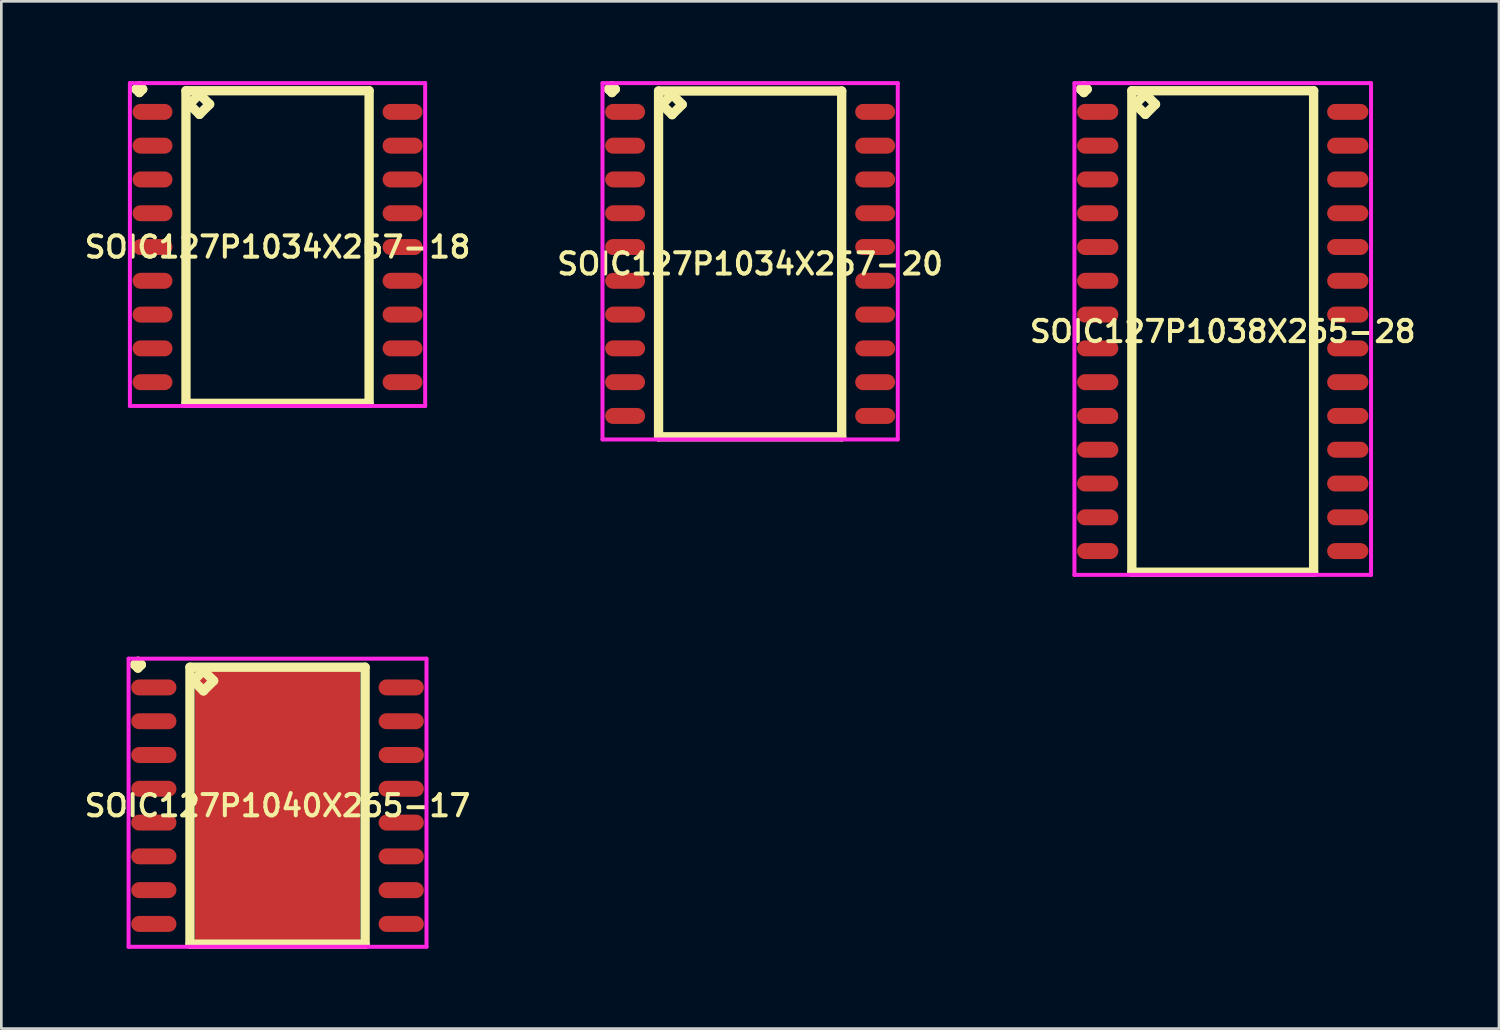
<source format=kicad_pcb>
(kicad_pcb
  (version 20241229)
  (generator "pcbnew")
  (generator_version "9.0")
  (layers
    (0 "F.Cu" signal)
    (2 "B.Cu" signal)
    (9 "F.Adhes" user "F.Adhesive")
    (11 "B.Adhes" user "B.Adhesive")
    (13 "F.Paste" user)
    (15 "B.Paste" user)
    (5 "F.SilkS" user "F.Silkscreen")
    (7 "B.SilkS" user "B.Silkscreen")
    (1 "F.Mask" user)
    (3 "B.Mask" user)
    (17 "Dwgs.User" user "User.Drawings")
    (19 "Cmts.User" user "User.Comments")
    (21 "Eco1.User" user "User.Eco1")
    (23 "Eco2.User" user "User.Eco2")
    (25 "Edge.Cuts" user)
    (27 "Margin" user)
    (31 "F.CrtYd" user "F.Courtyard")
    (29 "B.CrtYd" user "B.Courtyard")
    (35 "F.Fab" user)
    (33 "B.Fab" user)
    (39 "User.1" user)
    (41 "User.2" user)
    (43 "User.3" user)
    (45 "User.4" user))
  (footprint "SOIC127P1038X265-28"
    (layer "F.Cu")
    (at 42.915 9.411)
    (property "Reference" "SOIC127P1038X265-28" (at 0 0 0) (layer "F.SilkS") (effects (font (size 0.8 0.8) (thickness 0.15))))
    (attr smd)
    (fp_line (start -5.348 -9.109) (end -5.221 -9.236) (stroke (width 0.35) (type solid)) (layer "F.SilkS"))
    (fp_line (start -5.221 -9.236) (end -5.094 -9.109) (stroke (width 0.35) (type solid)) (layer "F.SilkS"))
    (fp_line (start -5.221 -8.982) (end -5.348 -9.109) (stroke (width 0.35) (type solid)) (layer "F.SilkS"))
    (fp_line (start -5.094 -9.109) (end -5.221 -8.982) (stroke (width 0.35) (type solid)) (layer "F.SilkS"))
    (fp_line (start -3.417 -9.05) (end -3.417 9.05) (stroke (width 0.35) (type solid)) (layer "F.SilkS"))
    (fp_line (start -3.417 9.05) (end 3.417 9.05) (stroke (width 0.35) (type solid)) (layer "F.SilkS"))
    (fp_line (start -3.29 -8.542) (end -2.909 -8.923) (stroke (width 0.35) (type solid)) (layer "F.SilkS"))
    (fp_line (start -2.909 -8.923) (end -2.528 -8.542) (stroke (width 0.35) (type solid)) (layer "F.SilkS"))
    (fp_line (start -2.909 -8.161) (end -3.29 -8.542) (stroke (width 0.35) (type solid)) (layer "F.SilkS"))
    (fp_line (start -2.528 -8.542) (end -2.909 -8.161) (stroke (width 0.35) (type solid)) (layer "F.SilkS"))
    (fp_line (start 3.417 -9.05) (end -3.417 -9.05) (stroke (width 0.35) (type solid)) (layer "F.SilkS"))
    (fp_line (start 3.417 9.05) (end 3.417 -9.05) (stroke (width 0.35) (type solid)) (layer "F.SilkS"))
    (fp_line (start -5.575 -9.336) (end 5.575 -9.336) (stroke (width 0.15) (type solid)) (layer "F.CrtYd"))
    (fp_line (start -5.575 9.15) (end -5.575 -9.336) (stroke (width 0.15) (type solid)) (layer "F.CrtYd"))
    (fp_line (start 5.575 -9.336) (end 5.575 9.15) (stroke (width 0.15) (type solid)) (layer "F.CrtYd"))
    (fp_line (start 5.575 9.15) (end -5.575 9.15) (stroke (width 0.15) (type solid)) (layer "F.CrtYd"))
    (pad "1" smd oval (at -4.7 -8.255) (size 1.55 0.6) (layers "F.Cu" "F.Mask" "F.Paste"))
    (pad "2" smd oval (at -4.7 -6.985) (size 1.55 0.6) (layers "F.Cu" "F.Mask" "F.Paste"))
    (pad "3" smd oval (at -4.7 -5.715) (size 1.55 0.6) (layers "F.Cu" "F.Mask" "F.Paste"))
    (pad "4" smd oval (at -4.7 -4.445) (size 1.55 0.6) (layers "F.Cu" "F.Mask" "F.Paste"))
    (pad "5" smd oval (at -4.7 -3.175) (size 1.55 0.6) (layers "F.Cu" "F.Mask" "F.Paste"))
    (pad "6" smd oval (at -4.7 -1.905) (size 1.55 0.6) (layers "F.Cu" "F.Mask" "F.Paste"))
    (pad "7" smd oval (at -4.7 -0.635) (size 1.55 0.6) (layers "F.Cu" "F.Mask" "F.Paste"))
    (pad "8" smd oval (at -4.7 0.635) (size 1.55 0.6) (layers "F.Cu" "F.Mask" "F.Paste"))
    (pad "9" smd oval (at -4.7 1.905) (size 1.55 0.6) (layers "F.Cu" "F.Mask" "F.Paste"))
    (pad "10" smd oval (at -4.7 3.175) (size 1.55 0.6) (layers "F.Cu" "F.Mask" "F.Paste"))
    (pad "11" smd oval (at -4.7 4.445) (size 1.55 0.6) (layers "F.Cu" "F.Mask" "F.Paste"))
    (pad "12" smd oval (at -4.7 5.715) (size 1.55 0.6) (layers "F.Cu" "F.Mask" "F.Paste"))
    (pad "13" smd oval (at -4.7 6.985) (size 1.55 0.6) (layers "F.Cu" "F.Mask" "F.Paste"))
    (pad "14" smd oval (at -4.7 8.255) (size 1.55 0.6) (layers "F.Cu" "F.Mask" "F.Paste"))
    (pad "15" smd oval (at 4.7 8.255) (size 1.55 0.6) (layers "F.Cu" "F.Mask" "F.Paste"))
    (pad "16" smd oval (at 4.7 6.985) (size 1.55 0.6) (layers "F.Cu" "F.Mask" "F.Paste"))
    (pad "17" smd oval (at 4.7 5.715) (size 1.55 0.6) (layers "F.Cu" "F.Mask" "F.Paste"))
    (pad "18" smd oval (at 4.7 4.445) (size 1.55 0.6) (layers "F.Cu" "F.Mask" "F.Paste"))
    (pad "19" smd oval (at 4.7 3.175) (size 1.55 0.6) (layers "F.Cu" "F.Mask" "F.Paste"))
    (pad "20" smd oval (at 4.7 1.905) (size 1.55 0.6) (layers "F.Cu" "F.Mask" "F.Paste"))
    (pad "21" smd oval (at 4.7 0.635) (size 1.55 0.6) (layers "F.Cu" "F.Mask" "F.Paste"))
    (pad "22" smd oval (at 4.7 -0.635) (size 1.55 0.6) (layers "F.Cu" "F.Mask" "F.Paste"))
    (pad "23" smd oval (at 4.7 -1.905) (size 1.55 0.6) (layers "F.Cu" "F.Mask" "F.Paste"))
    (pad "24" smd oval (at 4.7 -3.175) (size 1.55 0.6) (layers "F.Cu" "F.Mask" "F.Paste"))
    (pad "25" smd oval (at 4.7 -4.445) (size 1.55 0.6) (layers "F.Cu" "F.Mask" "F.Paste"))
    (pad "26" smd oval (at 4.7 -5.715) (size 1.55 0.6) (layers "F.Cu" "F.Mask" "F.Paste"))
    (pad "27" smd oval (at 4.7 -6.985) (size 1.55 0.6) (layers "F.Cu" "F.Mask" "F.Paste"))
    (pad "28" smd oval (at 4.7 -8.255) (size 1.55 0.6) (layers "F.Cu" "F.Mask" "F.Paste")))
  (footprint "SOIC127P1040X265-17"
    (layer "F.Cu")
    (at 7.383 27.237)
    (property "Reference" "SOIC127P1040X265-17" (at 0 0 0) (layer "F.SilkS") (effects (font (size 0.8 0.8) (thickness 0.15))))
    (attr smd)
    (fp_line (start -5.373 -5.299) (end -5.246 -5.426) (stroke (width 0.35) (type solid)) (layer "F.SilkS"))
    (fp_line (start -5.246 -5.426) (end -5.119 -5.299) (stroke (width 0.35) (type solid)) (layer "F.SilkS"))
    (fp_line (start -5.246 -5.172) (end -5.373 -5.299) (stroke (width 0.35) (type solid)) (layer "F.SilkS"))
    (fp_line (start -5.119 -5.299) (end -5.246 -5.172) (stroke (width 0.35) (type solid)) (layer "F.SilkS"))
    (fp_line (start -3.292 -5.205) (end -3.292 5.205) (stroke (width 0.35) (type solid)) (layer "F.SilkS"))
    (fp_line (start -3.292 5.205) (end 3.292 5.205) (stroke (width 0.35) (type solid)) (layer "F.SilkS"))
    (fp_line (start -3.165 -4.697) (end -2.784 -5.078) (stroke (width 0.35) (type solid)) (layer "F.SilkS"))
    (fp_line (start -2.784 -5.078) (end -2.403 -4.697) (stroke (width 0.35) (type solid)) (layer "F.SilkS"))
    (fp_line (start -2.784 -4.316) (end -3.165 -4.697) (stroke (width 0.35) (type solid)) (layer "F.SilkS"))
    (fp_line (start -2.403 -4.697) (end -2.784 -4.316) (stroke (width 0.35) (type solid)) (layer "F.SilkS"))
    (fp_line (start 3.292 -5.205) (end -3.292 -5.205) (stroke (width 0.35) (type solid)) (layer "F.SilkS"))
    (fp_line (start 3.292 5.205) (end 3.292 -5.205) (stroke (width 0.35) (type solid)) (layer "F.SilkS"))
    (fp_line (start -5.6 -5.526) (end 5.6 -5.526) (stroke (width 0.15) (type solid)) (layer "F.CrtYd"))
    (fp_line (start -5.6 5.305) (end -5.6 -5.526) (stroke (width 0.15) (type solid)) (layer "F.CrtYd"))
    (fp_line (start 5.6 -5.526) (end 5.6 5.305) (stroke (width 0.15) (type solid)) (layer "F.CrtYd"))
    (fp_line (start 5.6 5.305) (end -5.6 5.305) (stroke (width 0.15) (type solid)) (layer "F.CrtYd"))
    (pad "1" smd oval (at -4.65 -4.445) (size 1.7 0.6) (layers "F.Cu" "F.Mask" "F.Paste"))
    (pad "2" smd oval (at -4.65 -3.175) (size 1.7 0.6) (layers "F.Cu" "F.Mask" "F.Paste"))
    (pad "3" smd oval (at -4.65 -1.905) (size 1.7 0.6) (layers "F.Cu" "F.Mask" "F.Paste"))
    (pad "4" smd oval (at -4.65 -0.635) (size 1.7 0.6) (layers "F.Cu" "F.Mask" "F.Paste"))
    (pad "5" smd oval (at -4.65 0.635) (size 1.7 0.6) (layers "F.Cu" "F.Mask" "F.Paste"))
    (pad "6" smd oval (at -4.65 1.905) (size 1.7 0.6) (layers "F.Cu" "F.Mask" "F.Paste"))
    (pad "7" smd oval (at -4.65 3.175) (size 1.7 0.6) (layers "F.Cu" "F.Mask" "F.Paste"))
    (pad "8" smd oval (at -4.65 4.445) (size 1.7 0.6) (layers "F.Cu" "F.Mask" "F.Paste"))
    (pad "9" smd oval (at 4.65 4.445) (size 1.7 0.6) (layers "F.Cu" "F.Mask" "F.Paste"))
    (pad "10" smd oval (at 4.65 3.175) (size 1.7 0.6) (layers "F.Cu" "F.Mask" "F.Paste"))
    (pad "11" smd oval (at 4.65 1.905) (size 1.7 0.6) (layers "F.Cu" "F.Mask" "F.Paste"))
    (pad "12" smd oval (at 4.65 0.635) (size 1.7 0.6) (layers "F.Cu" "F.Mask" "F.Paste"))
    (pad "13" smd oval (at 4.65 -0.635) (size 1.7 0.6) (layers "F.Cu" "F.Mask" "F.Paste"))
    (pad "14" smd oval (at 4.65 -1.905) (size 1.7 0.6) (layers "F.Cu" "F.Mask" "F.Paste"))
    (pad "15" smd oval (at 4.65 -3.175) (size 1.7 0.6) (layers "F.Cu" "F.Mask" "F.Paste"))
    (pad "16" smd oval (at 4.65 -4.445) (size 1.7 0.6) (layers "F.Cu" "F.Mask" "F.Paste"))
    (pad "17" smd rect (at 0 0) (size 6.2 10.4) (layers "F.Cu" "F.Mask" "F.Paste")))
  (footprint "SOIC127P1034X267-18"
    (layer "F.Cu")
    (at 7.383 6.236)
    (property "Reference" "SOIC127P1034X267-18" (at 0 0 0) (layer "F.SilkS") (effects (font (size 0.8 0.8) (thickness 0.15))))
    (attr smd)
    (fp_line (start -5.323 -5.934) (end -5.196 -6.061) (stroke (width 0.35) (type solid)) (layer "F.SilkS"))
    (fp_line (start -5.196 -6.061) (end -5.069 -5.934) (stroke (width 0.35) (type solid)) (layer "F.SilkS"))
    (fp_line (start -5.196 -5.807) (end -5.323 -5.934) (stroke (width 0.35) (type solid)) (layer "F.SilkS"))
    (fp_line (start -5.069 -5.934) (end -5.196 -5.807) (stroke (width 0.35) (type solid)) (layer "F.SilkS"))
    (fp_line (start -3.442 -5.875) (end -3.442 5.875) (stroke (width 0.35) (type solid)) (layer "F.SilkS"))
    (fp_line (start -3.442 5.875) (end 3.442 5.875) (stroke (width 0.35) (type solid)) (layer "F.SilkS"))
    (fp_line (start -3.315 -5.367) (end -2.934 -5.748) (stroke (width 0.35) (type solid)) (layer "F.SilkS"))
    (fp_line (start -2.934 -5.748) (end -2.553 -5.367) (stroke (width 0.35) (type solid)) (layer "F.SilkS"))
    (fp_line (start -2.934 -4.986) (end -3.315 -5.367) (stroke (width 0.35) (type solid)) (layer "F.SilkS"))
    (fp_line (start -2.553 -5.367) (end -2.934 -4.986) (stroke (width 0.35) (type solid)) (layer "F.SilkS"))
    (fp_line (start 3.442 -5.875) (end -3.442 -5.875) (stroke (width 0.35) (type solid)) (layer "F.SilkS"))
    (fp_line (start 3.442 5.875) (end 3.442 -5.875) (stroke (width 0.35) (type solid)) (layer "F.SilkS"))
    (fp_line (start -5.55 -6.161) (end 5.55 -6.161) (stroke (width 0.15) (type solid)) (layer "F.CrtYd"))
    (fp_line (start -5.55 5.975) (end -5.55 -6.161) (stroke (width 0.15) (type solid)) (layer "F.CrtYd"))
    (fp_line (start 5.55 -6.161) (end 5.55 5.975) (stroke (width 0.15) (type solid)) (layer "F.CrtYd"))
    (fp_line (start 5.55 5.975) (end -5.55 5.975) (stroke (width 0.15) (type solid)) (layer "F.CrtYd"))
    (pad "1" smd oval (at -4.7 -5.08) (size 1.5 0.6) (layers "F.Cu" "F.Mask" "F.Paste"))
    (pad "2" smd oval (at -4.7 -3.81) (size 1.5 0.6) (layers "F.Cu" "F.Mask" "F.Paste"))
    (pad "3" smd oval (at -4.7 -2.54) (size 1.5 0.6) (layers "F.Cu" "F.Mask" "F.Paste"))
    (pad "4" smd oval (at -4.7 -1.27) (size 1.5 0.6) (layers "F.Cu" "F.Mask" "F.Paste"))
    (pad "5" smd oval (at -4.7 0) (size 1.5 0.6) (layers "F.Cu" "F.Mask" "F.Paste"))
    (pad "6" smd oval (at -4.7 1.27) (size 1.5 0.6) (layers "F.Cu" "F.Mask" "F.Paste"))
    (pad "7" smd oval (at -4.7 2.54) (size 1.5 0.6) (layers "F.Cu" "F.Mask" "F.Paste"))
    (pad "8" smd oval (at -4.7 3.81) (size 1.5 0.6) (layers "F.Cu" "F.Mask" "F.Paste"))
    (pad "9" smd oval (at -4.7 5.08) (size 1.5 0.6) (layers "F.Cu" "F.Mask" "F.Paste"))
    (pad "10" smd oval (at 4.7 5.08) (size 1.5 0.6) (layers "F.Cu" "F.Mask" "F.Paste"))
    (pad "11" smd oval (at 4.7 3.81) (size 1.5 0.6) (layers "F.Cu" "F.Mask" "F.Paste"))
    (pad "12" smd oval (at 4.7 2.54) (size 1.5 0.6) (layers "F.Cu" "F.Mask" "F.Paste"))
    (pad "13" smd oval (at 4.7 1.27) (size 1.5 0.6) (layers "F.Cu" "F.Mask" "F.Paste"))
    (pad "14" smd oval (at 4.7 0) (size 1.5 0.6) (layers "F.Cu" "F.Mask" "F.Paste"))
    (pad "15" smd oval (at 4.7 -1.27) (size 1.5 0.6) (layers "F.Cu" "F.Mask" "F.Paste"))
    (pad "16" smd oval (at 4.7 -2.54) (size 1.5 0.6) (layers "F.Cu" "F.Mask" "F.Paste"))
    (pad "17" smd oval (at 4.7 -3.81) (size 1.5 0.6) (layers "F.Cu" "F.Mask" "F.Paste"))
    (pad "18" smd oval (at 4.7 -5.08) (size 1.5 0.6) (layers "F.Cu" "F.Mask" "F.Paste")))
  (footprint "SOIC127P1034X267-20"
    (layer "F.Cu")
    (at 25.149 6.871)
    (property "Reference" "SOIC127P1034X267-20" (at 0 0 0) (layer "F.SilkS") (effects (font (size 0.8 0.8) (thickness 0.15))))
    (attr smd)
    (fp_line (start -5.323 -6.569) (end -5.196 -6.696) (stroke (width 0.35) (type solid)) (layer "F.SilkS"))
    (fp_line (start -5.196 -6.696) (end -5.069 -6.569) (stroke (width 0.35) (type solid)) (layer "F.SilkS"))
    (fp_line (start -5.196 -6.442) (end -5.323 -6.569) (stroke (width 0.35) (type solid)) (layer "F.SilkS"))
    (fp_line (start -5.069 -6.569) (end -5.196 -6.442) (stroke (width 0.35) (type solid)) (layer "F.SilkS"))
    (fp_line (start -3.442 -6.5) (end -3.442 6.5) (stroke (width 0.35) (type solid)) (layer "F.SilkS"))
    (fp_line (start -3.442 6.5) (end 3.442 6.5) (stroke (width 0.35) (type solid)) (layer "F.SilkS"))
    (fp_line (start -3.315 -5.992) (end -2.934 -6.373) (stroke (width 0.35) (type solid)) (layer "F.SilkS"))
    (fp_line (start -2.934 -6.373) (end -2.553 -5.992) (stroke (width 0.35) (type solid)) (layer "F.SilkS"))
    (fp_line (start -2.934 -5.611) (end -3.315 -5.992) (stroke (width 0.35) (type solid)) (layer "F.SilkS"))
    (fp_line (start -2.553 -5.992) (end -2.934 -5.611) (stroke (width 0.35) (type solid)) (layer "F.SilkS"))
    (fp_line (start 3.442 -6.5) (end -3.442 -6.5) (stroke (width 0.35) (type solid)) (layer "F.SilkS"))
    (fp_line (start 3.442 6.5) (end 3.442 -6.5) (stroke (width 0.35) (type solid)) (layer "F.SilkS"))
    (fp_line (start -5.55 -6.796) (end 5.55 -6.796) (stroke (width 0.15) (type solid)) (layer "F.CrtYd"))
    (fp_line (start -5.55 6.6) (end -5.55 -6.796) (stroke (width 0.15) (type solid)) (layer "F.CrtYd"))
    (fp_line (start 5.55 -6.796) (end 5.55 6.6) (stroke (width 0.15) (type solid)) (layer "F.CrtYd"))
    (fp_line (start 5.55 6.6) (end -5.55 6.6) (stroke (width 0.15) (type solid)) (layer "F.CrtYd"))
    (pad "1" smd oval (at -4.7 -5.715) (size 1.5 0.6) (layers "F.Cu" "F.Mask" "F.Paste"))
    (pad "2" smd oval (at -4.7 -4.445) (size 1.5 0.6) (layers "F.Cu" "F.Mask" "F.Paste"))
    (pad "3" smd oval (at -4.7 -3.175) (size 1.5 0.6) (layers "F.Cu" "F.Mask" "F.Paste"))
    (pad "4" smd oval (at -4.7 -1.905) (size 1.5 0.6) (layers "F.Cu" "F.Mask" "F.Paste"))
    (pad "5" smd oval (at -4.7 -0.635) (size 1.5 0.6) (layers "F.Cu" "F.Mask" "F.Paste"))
    (pad "6" smd oval (at -4.7 0.635) (size 1.5 0.6) (layers "F.Cu" "F.Mask" "F.Paste"))
    (pad "7" smd oval (at -4.7 1.905) (size 1.5 0.6) (layers "F.Cu" "F.Mask" "F.Paste"))
    (pad "8" smd oval (at -4.7 3.175) (size 1.5 0.6) (layers "F.Cu" "F.Mask" "F.Paste"))
    (pad "9" smd oval (at -4.7 4.445) (size 1.5 0.6) (layers "F.Cu" "F.Mask" "F.Paste"))
    (pad "10" smd oval (at -4.7 5.715) (size 1.5 0.6) (layers "F.Cu" "F.Mask" "F.Paste"))
    (pad "11" smd oval (at 4.7 5.715) (size 1.5 0.6) (layers "F.Cu" "F.Mask" "F.Paste"))
    (pad "12" smd oval (at 4.7 4.445) (size 1.5 0.6) (layers "F.Cu" "F.Mask" "F.Paste"))
    (pad "13" smd oval (at 4.7 3.175) (size 1.5 0.6) (layers "F.Cu" "F.Mask" "F.Paste"))
    (pad "14" smd oval (at 4.7 1.905) (size 1.5 0.6) (layers "F.Cu" "F.Mask" "F.Paste"))
    (pad "15" smd oval (at 4.7 0.635) (size 1.5 0.6) (layers "F.Cu" "F.Mask" "F.Paste"))
    (pad "16" smd oval (at 4.7 -0.635) (size 1.5 0.6) (layers "F.Cu" "F.Mask" "F.Paste"))
    (pad "17" smd oval (at 4.7 -1.905) (size 1.5 0.6) (layers "F.Cu" "F.Mask" "F.Paste"))
    (pad "18" smd oval (at 4.7 -3.175) (size 1.5 0.6) (layers "F.Cu" "F.Mask" "F.Paste"))
    (pad "19" smd oval (at 4.7 -4.445) (size 1.5 0.6) (layers "F.Cu" "F.Mask" "F.Paste"))
    (pad "20" smd oval (at 4.7 -5.715) (size 1.5 0.6) (layers "F.Cu" "F.Mask" "F.Paste")))
  (gr_rect
    (start -3 -3)
    (end 53.299 35.617)
    (stroke (width 0.1) (type default))
    (fill no)
    (layer "Edge.Cuts")))
</source>
